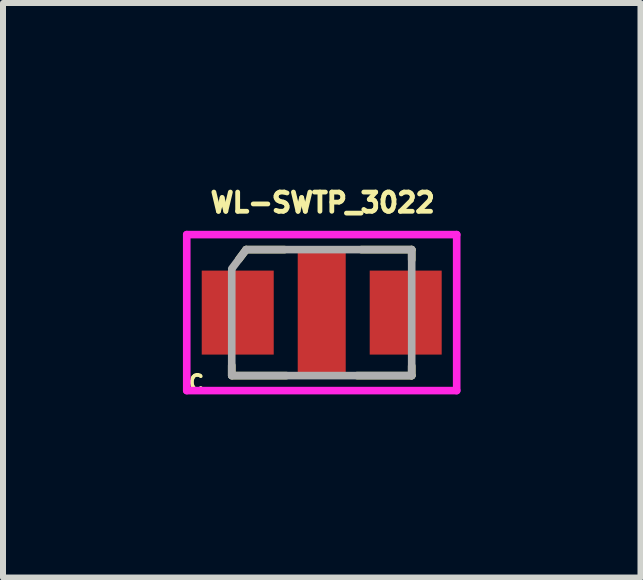
<source format=kicad_pcb>
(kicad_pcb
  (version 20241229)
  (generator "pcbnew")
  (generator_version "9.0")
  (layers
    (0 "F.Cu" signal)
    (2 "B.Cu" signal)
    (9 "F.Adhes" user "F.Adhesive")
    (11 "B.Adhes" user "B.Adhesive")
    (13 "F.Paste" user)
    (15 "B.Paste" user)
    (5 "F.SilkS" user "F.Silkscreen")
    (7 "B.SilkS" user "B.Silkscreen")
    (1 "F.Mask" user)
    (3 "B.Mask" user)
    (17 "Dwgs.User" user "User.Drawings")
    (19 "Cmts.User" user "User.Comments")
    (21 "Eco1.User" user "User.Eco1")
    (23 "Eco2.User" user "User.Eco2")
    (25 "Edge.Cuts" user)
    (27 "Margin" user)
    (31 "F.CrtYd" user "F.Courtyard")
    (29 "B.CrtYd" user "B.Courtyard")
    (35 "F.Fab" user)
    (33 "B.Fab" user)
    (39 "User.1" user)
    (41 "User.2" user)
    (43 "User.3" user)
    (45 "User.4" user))
  (footprint "WL-SWTP_3022"
    (layer "F.Cu")
    (at 2.313 2.161)
    (property "Reference" "WL-SWTP_3022" (at 0.016 -1.833 0) (layer "F.SilkS") (effects (font (size 0.32 0.32) (thickness 0.15))))
    (attr through_hole)
    (fp_line (start -1.5 1.05) (end -1.5 0.88) (stroke (width 0.127) (type solid)) (layer "F.SilkS"))
    (fp_line (start -1.48 1.05) (end -0.59 1.05) (stroke (width 0.127) (type solid)) (layer "F.SilkS"))
    (fp_line (start -1.26 -1.05) (end -1.38 -0.89) (stroke (width 0.127) (type solid)) (layer "F.SilkS"))
    (fp_line (start -0.62 -1.05) (end -1.26 -1.05) (stroke (width 0.127) (type solid)) (layer "F.SilkS"))
    (fp_line (start 0.66 -1.05) (end 1.5 -1.05) (stroke (width 0.127) (type solid)) (layer "F.SilkS"))
    (fp_line (start 1.5 -1.05) (end 1.5 -0.88) (stroke (width 0.127) (type solid)) (layer "F.SilkS"))
    (fp_line (start 1.5 1.05) (end 0.59 1.05) (stroke (width 0.127) (type solid)) (layer "F.SilkS"))
    (fp_line (start 1.5 1.05) (end 1.5 0.89) (stroke (width 0.127) (type solid)) (layer "F.SilkS"))
    (fp_line (start -2.25 -1.3) (end -2.25 1.3) (stroke (width 0.127) (type solid)) (layer "F.CrtYd"))
    (fp_line (start -2.25 1.3) (end 2.25 1.3) (stroke (width 0.127) (type solid)) (layer "F.CrtYd"))
    (fp_line (start 2.25 -1.3) (end -2.25 -1.3) (stroke (width 0.127) (type solid)) (layer "F.CrtYd"))
    (fp_line (start 2.25 1.3) (end 2.25 -1.3) (stroke (width 0.127) (type solid)) (layer "F.CrtYd"))
    (fp_line (start -1.5 -0.7) (end -1.5 1.05) (stroke (width 0.127) (type solid)) (layer "F.Fab"))
    (fp_line (start -1.26 -1.05) (end -1.5 -0.73) (stroke (width 0.127) (type solid)) (layer "F.Fab"))
    (fp_line (start -1.26 -1.05) (end 1.5 -1.05) (stroke (width 0.127) (type solid)) (layer "F.Fab"))
    (fp_line (start 1.5 -1.05) (end 1.5 1.05) (stroke (width 0.127) (type solid)) (layer "F.Fab"))
    (fp_line (start 1.5 1.05) (end -1.5 1.05) (stroke (width 0.127) (type solid)) (layer "F.Fab"))
    (fp_text user "C" (at -2.09 1.17 0) (layer "F.SilkS") (effects (font (size 0.24 0.24) (thickness 0.15))))
    (pad "1" smd rect (at -1.4 0) (size 1.2 1.4) (layers "F.Cu" "F.Mask" "F.Paste"))
    (pad "2" smd rect (at 1.4 0) (size 1.2 1.4) (layers "F.Cu" "F.Mask" "F.Paste"))
    (pad "3" smd rect (at 0 0) (size 0.8 2.1) (layers "F.Cu" "F.Mask" "F.Paste")))
  (gr_rect
    (start -3 -3)
    (end 7.627 6.577)
    (stroke (width 0.1) (type default))
    (fill no)
    (layer "Edge.Cuts")))
</source>
